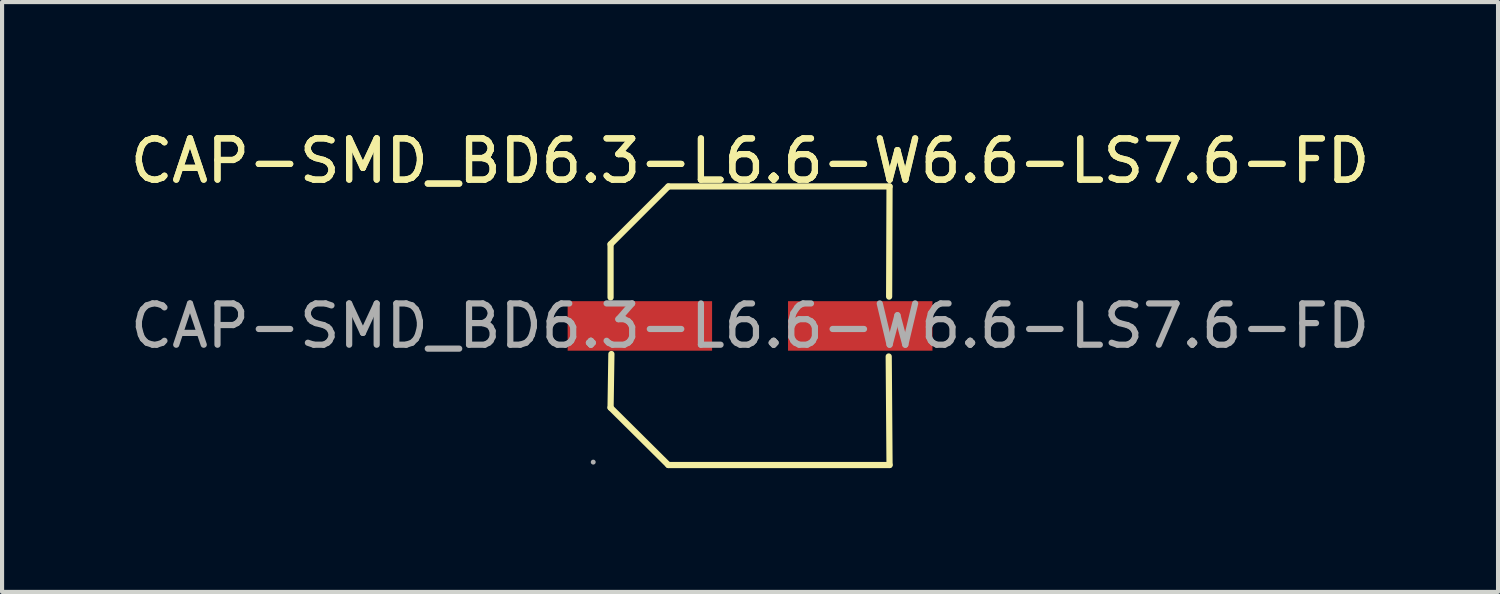
<source format=kicad_pcb>
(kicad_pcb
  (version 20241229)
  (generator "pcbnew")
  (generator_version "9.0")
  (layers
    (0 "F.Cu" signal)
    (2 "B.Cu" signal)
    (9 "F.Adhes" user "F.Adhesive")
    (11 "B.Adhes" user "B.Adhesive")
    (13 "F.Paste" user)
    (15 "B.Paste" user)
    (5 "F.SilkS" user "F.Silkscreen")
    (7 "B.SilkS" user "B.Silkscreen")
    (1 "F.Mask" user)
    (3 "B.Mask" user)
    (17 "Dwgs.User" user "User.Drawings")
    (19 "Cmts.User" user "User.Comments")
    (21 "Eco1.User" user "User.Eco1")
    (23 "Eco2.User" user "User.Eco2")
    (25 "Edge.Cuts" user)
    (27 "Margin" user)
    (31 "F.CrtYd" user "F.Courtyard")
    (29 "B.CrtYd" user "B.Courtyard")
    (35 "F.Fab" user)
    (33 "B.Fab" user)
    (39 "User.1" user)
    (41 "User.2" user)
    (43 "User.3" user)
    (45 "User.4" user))
  (footprint "CAP-SMD_BD6.3-L6.6-W6.6-LS7.6-FD"
    (layer "F.Cu")
    (at 15.125 4.848)
    (property "Reference" "CAP-SMD_BD6.3-L6.6-W6.6-LS7.6-FD" (at 0 -4 0) (layer "F.SilkS") (effects (font (size 1 1) (thickness 0.15))))
    (attr through_hole)
    (fp_line (start -3.38 -1.98) (end -3.38 -0.69) (stroke (width 0.15) (type solid)) (layer "F.SilkS"))
    (fp_line (start -3.38 1.98) (end -3.36 0.68) (stroke (width 0.15) (type solid)) (layer "F.SilkS"))
    (fp_line (start -1.98 -3.38) (end -3.38 -1.98) (stroke (width 0.15) (type solid)) (layer "F.SilkS"))
    (fp_line (start -1.98 3.37) (end -3.38 1.98) (stroke (width 0.15) (type solid)) (layer "F.SilkS"))
    (fp_line (start 3.36 0.74) (end 3.38 3.37) (stroke (width 0.15) (type solid)) (layer "F.SilkS"))
    (fp_line (start 3.37 -0.71) (end 3.38 -3.38) (stroke (width 0.15) (type solid)) (layer "F.SilkS"))
    (fp_line (start 3.38 -3.38) (end -1.98 -3.38) (stroke (width 0.15) (type solid)) (layer "F.SilkS"))
    (fp_line (start 3.38 3.37) (end -1.98 3.37) (stroke (width 0.15) (type solid)) (layer "F.SilkS"))
    (fp_circle (center -3.8 3.3) (end -3.77 3.3) (stroke (width 0.06) (type solid)) (fill no) (layer "F.Fab"))
    (fp_text user "${REFERENCE}" (at 0 -4 0) (layer "F.SilkS") (effects (font (size 1 1) (thickness 0.15))))
    (fp_text user "${REFERENCE}" (at 0 0 0) (layer "F.Fab") (effects (font (size 1 1) (thickness 0.15))))
    (pad "1" smd rect (at -2.67 0) (size 3.5 1.2) (layers "F.Cu" "F.Mask" "F.Paste"))
    (pad "2" smd rect (at 2.67 0) (size 3.5 1.2) (layers "F.Cu" "F.Mask" "F.Paste")))
  (gr_rect
    (start -3 -3)
    (end 33.25 11.293)
    (stroke (width 0.1) (type default))
    (fill no)
    (layer "Edge.Cuts")))
</source>
